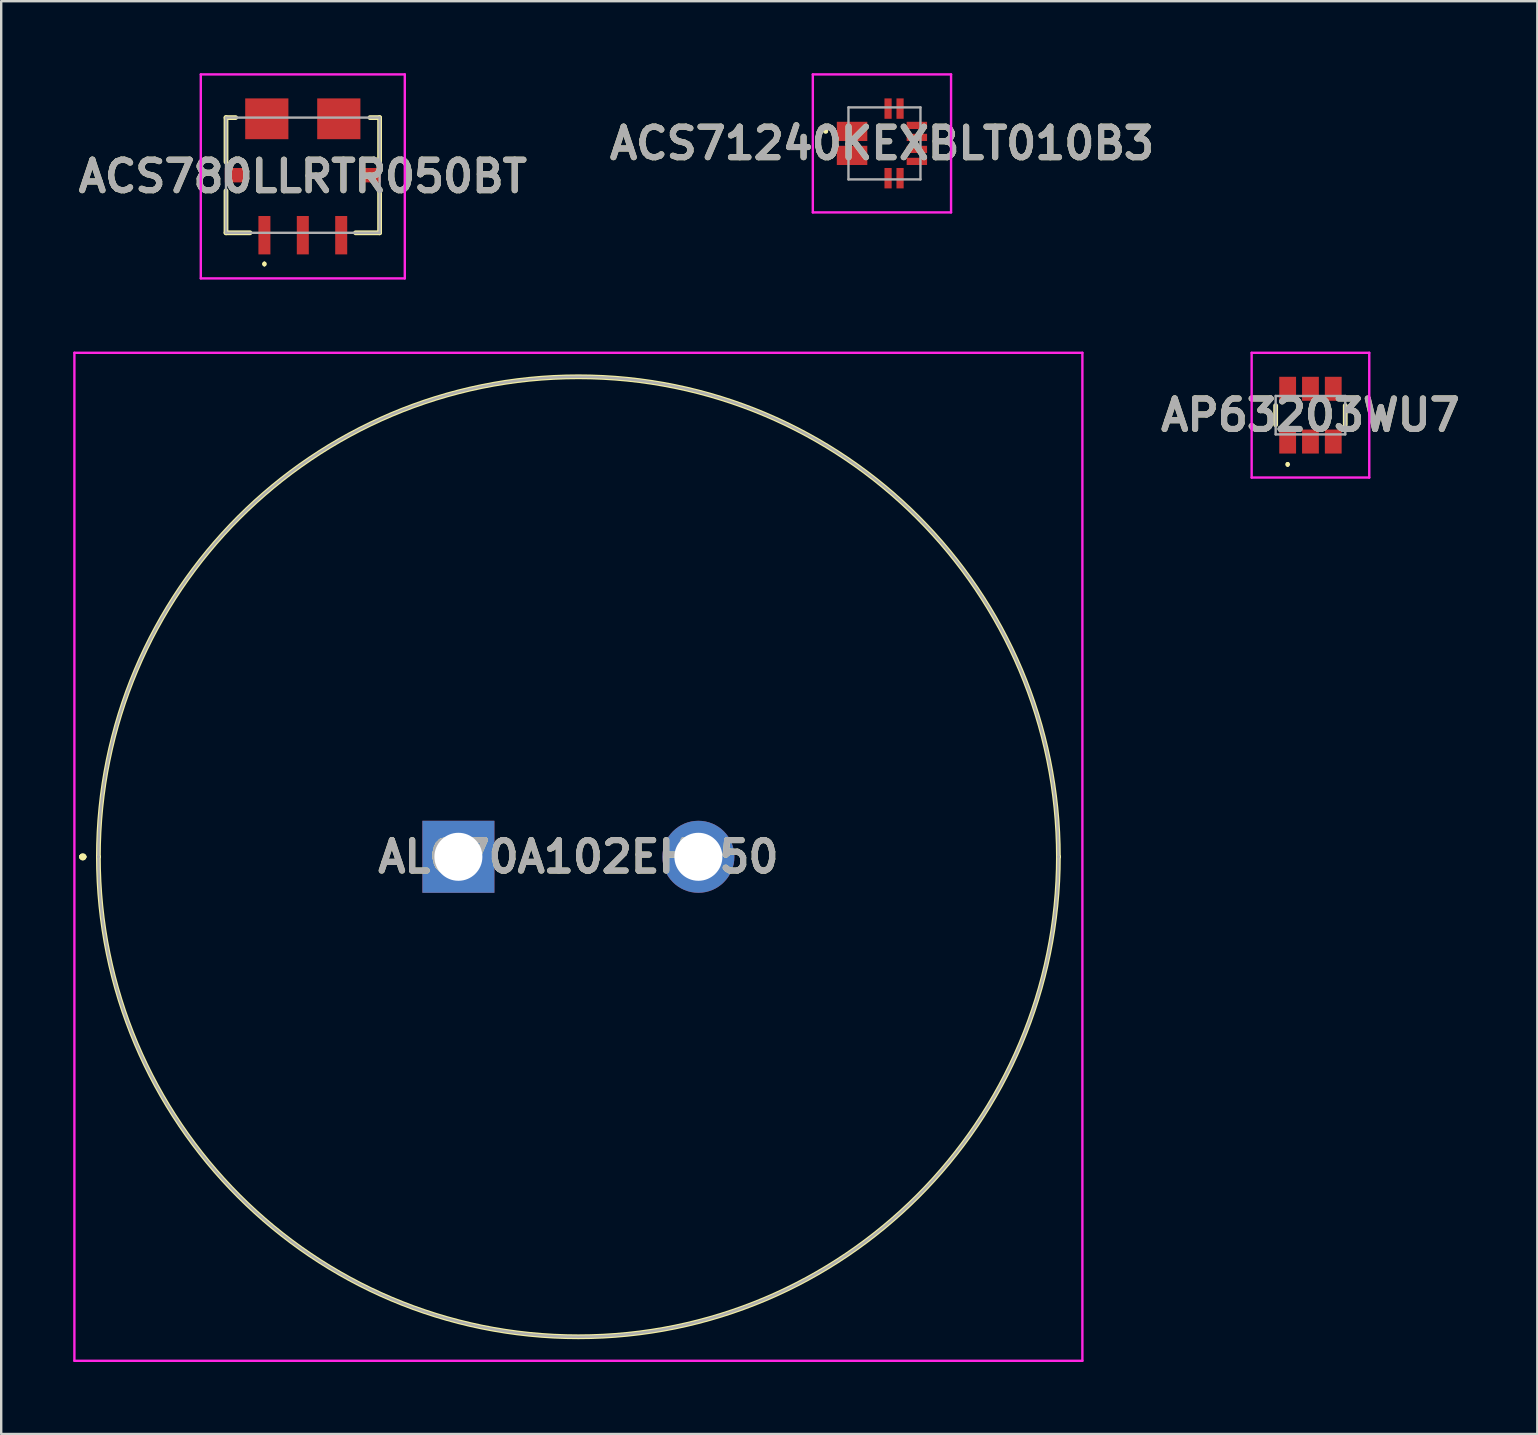
<source format=kicad_pcb>
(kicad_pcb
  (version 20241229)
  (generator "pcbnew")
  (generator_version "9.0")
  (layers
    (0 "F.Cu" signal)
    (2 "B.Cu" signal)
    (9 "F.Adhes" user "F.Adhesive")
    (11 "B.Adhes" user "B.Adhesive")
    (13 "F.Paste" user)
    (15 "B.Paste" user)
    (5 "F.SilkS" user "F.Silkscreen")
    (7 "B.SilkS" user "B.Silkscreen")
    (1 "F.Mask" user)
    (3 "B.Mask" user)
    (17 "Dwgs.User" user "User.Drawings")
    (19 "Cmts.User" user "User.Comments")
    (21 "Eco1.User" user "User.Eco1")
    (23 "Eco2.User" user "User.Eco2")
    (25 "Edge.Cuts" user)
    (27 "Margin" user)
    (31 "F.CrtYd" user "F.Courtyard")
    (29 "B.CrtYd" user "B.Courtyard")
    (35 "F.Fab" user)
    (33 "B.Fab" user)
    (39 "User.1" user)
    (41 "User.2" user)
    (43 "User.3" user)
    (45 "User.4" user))
  (footprint "AP63203WU7"
    (layer "F.Cu")
    (at 51.553 14.249)
    (property "Reference" "AP63203WU7" (at 0 0 0) (layer "F.SilkS") (effects (font (size 1.27 1.27) (thickness 0.254))))
    (attr smd)
    (fp_line (start -1.45 -0.4) (end -1.45 0.4) (stroke (width 0.2) (type solid)) (layer "F.SilkS"))
    (fp_line (start -0.95 2) (end -0.95 2) (stroke (width 0.1) (type solid)) (layer "F.SilkS"))
    (fp_line (start -0.95 2.1) (end -0.95 2.1) (stroke (width 0.1) (type solid)) (layer "F.SilkS"))
    (fp_line (start 1.45 -0.4) (end 1.45 0.4) (stroke (width 0.2) (type solid)) (layer "F.SilkS"))
    (fp_arc (start -0.95 2) (mid -0.9 2.05) (end -0.95 2.1) (stroke (width 0.1) (type solid)) (layer "F.SilkS"))
    (fp_arc (start -0.95 2.1) (mid -1 2.05) (end -0.95 2) (stroke (width 0.1) (type solid)) (layer "F.SilkS"))
    (fp_line (start -2.45 -2.599) (end 2.45 -2.599) (stroke (width 0.1) (type solid)) (layer "F.CrtYd"))
    (fp_line (start -2.45 2.599) (end -2.45 -2.599) (stroke (width 0.1) (type solid)) (layer "F.CrtYd"))
    (fp_line (start 2.45 -2.599) (end 2.45 2.599) (stroke (width 0.1) (type solid)) (layer "F.CrtYd"))
    (fp_line (start 2.45 2.599) (end -2.45 2.599) (stroke (width 0.1) (type solid)) (layer "F.CrtYd"))
    (fp_line (start -1.45 -0.8) (end -1.45 0.8) (stroke (width 0.1) (type solid)) (layer "F.Fab"))
    (fp_line (start -1.45 0.8) (end 1.45 0.8) (stroke (width 0.1) (type solid)) (layer "F.Fab"))
    (fp_line (start 1.45 -0.8) (end -1.45 -0.8) (stroke (width 0.1) (type solid)) (layer "F.Fab"))
    (fp_line (start 1.45 0.8) (end 1.45 -0.8) (stroke (width 0.1) (type solid)) (layer "F.Fab"))
    (fp_text user "${REFERENCE}" (at 0 0 0) (layer "F.Fab") (effects (font (size 1.27 1.27) (thickness 0.254))))
    (pad "1" smd rect (at -0.95 1.099) (size 0.7 1) (layers "F.Cu" "F.Mask" "F.Paste"))
    (pad "2" smd rect (at 0 1.099) (size 0.7 1) (layers "F.Cu" "F.Mask" "F.Paste"))
    (pad "3" smd rect (at 0.95 1.099) (size 0.7 1) (layers "F.Cu" "F.Mask" "F.Paste"))
    (pad "4" smd rect (at 0.95 -1.099) (size 0.7 1) (layers "F.Cu" "F.Mask" "F.Paste"))
    (pad "5" smd rect (at 0 -1.099) (size 0.7 1) (layers "F.Cu" "F.Mask" "F.Paste"))
    (pad "6" smd rect (at -0.95 -1.099) (size 0.7 1) (layers "F.Cu" "F.Mask" "F.Paste")))
  (footprint "ALC70A102EH450"
    (layer "F.Cu")
    (at 16.05 32.65)
    (property "Reference" "ALC70A102EH450" (at 5 0 0) (layer "F.SilkS") (effects (font (size 1.27 1.27) (thickness 0.254))))
    (attr through_hole)
    (fp_line (start -15.7 0) (end -15.7 0) (stroke (width 0.2) (type solid)) (layer "F.SilkS"))
    (fp_line (start -15.7 0) (end -15.7 0) (stroke (width 0.2) (type solid)) (layer "F.SilkS"))
    (fp_line (start -15.6 0) (end -15.6 0) (stroke (width 0.2) (type solid)) (layer "F.SilkS"))
    (fp_line (start -15 0) (end -15 0) (stroke (width 0.2) (type solid)) (layer "F.SilkS"))
    (fp_line (start 25 0) (end 25 0) (stroke (width 0.2) (type solid)) (layer "F.SilkS"))
    (fp_arc (start -15.7 0) (mid -15.65 -0.05) (end -15.6 0) (stroke (width 0.2) (type solid)) (layer "F.SilkS"))
    (fp_arc (start -15.6 0) (mid -15.65 0.05) (end -15.7 0) (stroke (width 0.2) (type solid)) (layer "F.SilkS"))
    (fp_arc (start -15.6 0) (mid -15.65 0.05) (end -15.7 0) (stroke (width 0.2) (type solid)) (layer "F.SilkS"))
    (fp_arc (start -15 0) (mid 5 -20) (end 25 0) (stroke (width 0.2) (type solid)) (layer "F.SilkS"))
    (fp_arc (start 25 0) (mid 5 20) (end -15 0) (stroke (width 0.2) (type solid)) (layer "F.SilkS"))
    (fp_line (start -16 -21) (end 26 -21) (stroke (width 0.1) (type solid)) (layer "F.CrtYd"))
    (fp_line (start -16 21) (end -16 -21) (stroke (width 0.1) (type solid)) (layer "F.CrtYd"))
    (fp_line (start 26 -21) (end 26 21) (stroke (width 0.1) (type solid)) (layer "F.CrtYd"))
    (fp_line (start 26 21) (end -16 21) (stroke (width 0.1) (type solid)) (layer "F.CrtYd"))
    (fp_line (start -15 0) (end -15 0) (stroke (width 0.1) (type solid)) (layer "F.Fab"))
    (fp_line (start 25 0) (end 25 0) (stroke (width 0.1) (type solid)) (layer "F.Fab"))
    (fp_arc (start -15 0) (mid 5 -20) (end 25 0) (stroke (width 0.1) (type solid)) (layer "F.Fab"))
    (fp_arc (start 25 0) (mid 5 20) (end -15 0) (stroke (width 0.1) (type solid)) (layer "F.Fab"))
    (fp_text user "${REFERENCE}" (at 5 0 0) (layer "F.Fab") (effects (font (size 1.27 1.27) (thickness 0.254))))
    (pad "1" thru_hole rect (at 0 0) (size 3 3) (drill 2) (layers "*.Cu" "*.Mask"))
    (pad "2" thru_hole circle (at 10 0) (size 3 3) (drill 2) (layers "*.Cu" "*.Mask")))
  (footprint "ACS780LLRTR050BT"
    (layer "F.Cu")
    (at 9.567 4.3)
    (property "Reference" "ACS780LLRTR050BT" (at 0 0 0) (layer "F.SilkS") (effects (font (size 1.27 1.27) (thickness 0.254))))
    (attr smd)
    (fp_line (start -3.2 -2.45) (end -2.8 -2.45) (stroke (width 0.2) (type solid)) (layer "F.SilkS"))
    (fp_line (start -3.2 -0.6) (end -3.2 -2.45) (stroke (width 0.2) (type solid)) (layer "F.SilkS"))
    (fp_line (start -3.2 0.6) (end -3.2 2.35) (stroke (width 0.2) (type solid)) (layer "F.SilkS"))
    (fp_line (start -3.2 2.35) (end -2.2 2.35) (stroke (width 0.2) (type solid)) (layer "F.SilkS"))
    (fp_line (start -1.6 3.6) (end -1.6 3.6) (stroke (width 0.1) (type solid)) (layer "F.SilkS"))
    (fp_line (start -1.6 3.7) (end -1.6 3.7) (stroke (width 0.1) (type solid)) (layer "F.SilkS"))
    (fp_line (start 2.8 -2.45) (end 3.2 -2.45) (stroke (width 0.2) (type solid)) (layer "F.SilkS"))
    (fp_line (start 3.2 -2.45) (end 3.2 -0.6) (stroke (width 0.2) (type solid)) (layer "F.SilkS"))
    (fp_line (start 3.2 0.6) (end 3.2 2.35) (stroke (width 0.2) (type solid)) (layer "F.SilkS"))
    (fp_line (start 3.2 2.35) (end 2.2 2.35) (stroke (width 0.2) (type solid)) (layer "F.SilkS"))
    (fp_arc (start -1.6 3.6) (mid -1.55 3.65) (end -1.6 3.7) (stroke (width 0.1) (type solid)) (layer "F.SilkS"))
    (fp_arc (start -1.6 3.7) (mid -1.65 3.65) (end -1.6 3.6) (stroke (width 0.1) (type solid)) (layer "F.SilkS"))
    (fp_line (start -4.25 -4.25) (end 4.25 -4.25) (stroke (width 0.1) (type solid)) (layer "F.CrtYd"))
    (fp_line (start -4.25 4.25) (end -4.25 -4.25) (stroke (width 0.1) (type solid)) (layer "F.CrtYd"))
    (fp_line (start 4.25 -4.25) (end 4.25 4.25) (stroke (width 0.1) (type solid)) (layer "F.CrtYd"))
    (fp_line (start 4.25 4.25) (end -4.25 4.25) (stroke (width 0.1) (type solid)) (layer "F.CrtYd"))
    (fp_line (start -3.2 -2.45) (end 3.2 -2.45) (stroke (width 0.1) (type solid)) (layer "F.Fab"))
    (fp_line (start -3.2 2.35) (end -3.2 -2.45) (stroke (width 0.1) (type solid)) (layer "F.Fab"))
    (fp_line (start 3.2 -2.45) (end 3.2 2.35) (stroke (width 0.1) (type solid)) (layer "F.Fab"))
    (fp_line (start 3.2 2.35) (end -3.2 2.35) (stroke (width 0.1) (type solid)) (layer "F.Fab"))
    (fp_text user "${REFERENCE}" (at 0 0 0) (layer "F.Fab") (effects (font (size 1.27 1.27) (thickness 0.254))))
    (pad "1" smd rect (at -1.6 2.45) (size 0.5 1.6) (layers "F.Cu" "F.Mask" "F.Paste"))
    (pad "2" smd rect (at 0 2.45) (size 0.5 1.6) (layers "F.Cu" "F.Mask" "F.Paste"))
    (pad "3" smd rect (at 1.6 2.45) (size 0.5 1.6) (layers "F.Cu" "F.Mask" "F.Paste"))
    (pad "4" smd rect (at 2.8 -0.05 90) (size 0.6 0.9) (layers "F.Cu" "F.Mask" "F.Paste"))
    (pad "5" smd rect (at 1.5 -2.4 90) (size 1.7 1.8) (layers "F.Cu" "F.Mask" "F.Paste"))
    (pad "6" smd rect (at -1.5 -2.4 90) (size 1.7 1.8) (layers "F.Cu" "F.Mask" "F.Paste"))
    (pad "7" smd rect (at -2.8 -0.05 90) (size 0.6 0.9) (layers "F.Cu" "F.Mask" "F.Paste")))
  (footprint "ACS71240KEXBLT010B3"
    (layer "F.Cu")
    (at 33.803 2.925)
    (property "Reference" "ACS71240KEXBLT010B3" (at -0.105 0 0) (layer "F.SilkS") (effects (font (size 1.27 1.27) (thickness 0.254))))
    (attr smd)
    (fp_line (start -2.5 -0.5) (end -2.5 -0.5) (stroke (width 0.1) (type solid)) (layer "F.SilkS"))
    (fp_line (start -2.4 -0.5) (end -2.4 -0.5) (stroke (width 0.1) (type solid)) (layer "F.SilkS"))
    (fp_arc (start -2.5 -0.5) (mid -2.45 -0.55) (end -2.4 -0.5) (stroke (width 0.1) (type solid)) (layer "F.SilkS"))
    (fp_arc (start -2.4 -0.5) (mid -2.45 -0.45) (end -2.5 -0.5) (stroke (width 0.1) (type solid)) (layer "F.SilkS"))
    (fp_line (start -2.985 -2.875) (end 2.775 -2.875) (stroke (width 0.1) (type solid)) (layer "F.CrtYd"))
    (fp_line (start -2.985 2.875) (end -2.985 -2.875) (stroke (width 0.1) (type solid)) (layer "F.CrtYd"))
    (fp_line (start 2.775 -2.875) (end 2.775 2.875) (stroke (width 0.1) (type solid)) (layer "F.CrtYd"))
    (fp_line (start 2.775 2.875) (end -2.985 2.875) (stroke (width 0.1) (type solid)) (layer "F.CrtYd"))
    (fp_line (start -1.5 -1.5) (end 1.5 -1.5) (stroke (width 0.1) (type solid)) (layer "F.Fab"))
    (fp_line (start -1.5 1.5) (end -1.5 -1.5) (stroke (width 0.1) (type solid)) (layer "F.Fab"))
    (fp_line (start 1.5 -1.5) (end 1.5 1.5) (stroke (width 0.1) (type solid)) (layer "F.Fab"))
    (fp_line (start 1.5 1.5) (end -1.5 1.5) (stroke (width 0.1) (type solid)) (layer "F.Fab"))
    (fp_text user "${REFERENCE}" (at -0.105 0 0) (layer "F.Fab") (effects (font (size 1.27 1.27) (thickness 0.254))))
    (pad "1" smd rect (at -1.35 -0.5 90) (size 0.8 1.27) (layers "F.Cu" "F.Mask" "F.Paste"))
    (pad "3" smd rect (at -1.35 0.5 90) (size 0.8 1.27) (layers "F.Cu" "F.Mask" "F.Paste"))
    (pad "5" smd rect (at 0.15 1.45) (size 0.3 0.85) (layers "F.Cu" "F.Mask" "F.Paste"))
    (pad "6" smd rect (at 0.65 1.45) (size 0.3 0.85) (layers "F.Cu" "F.Mask" "F.Paste"))
    (pad "7" smd rect (at 1.35 0.75 90) (size 0.3 0.85) (layers "F.Cu" "F.Mask" "F.Paste"))
    (pad "8" smd rect (at 1.35 0.25 90) (size 0.3 0.85) (layers "F.Cu" "F.Mask" "F.Paste"))
    (pad "9" smd rect (at 1.35 -0.25 90) (size 0.3 0.85) (layers "F.Cu" "F.Mask" "F.Paste"))
    (pad "10" smd rect (at 1.35 -0.75 90) (size 0.3 0.85) (layers "F.Cu" "F.Mask" "F.Paste"))
    (pad "11" smd rect (at 0.65 -1.45) (size 0.3 0.85) (layers "F.Cu" "F.Mask" "F.Paste"))
    (pad "12" smd rect (at 0.15 -1.45) (size 0.3 0.85) (layers "F.Cu" "F.Mask" "F.Paste")))
  (gr_rect
    (start -3 -3)
    (end 61.006 56.7)
    (stroke (width 0.1) (type default))
    (fill no)
    (layer "Edge.Cuts")))
</source>
